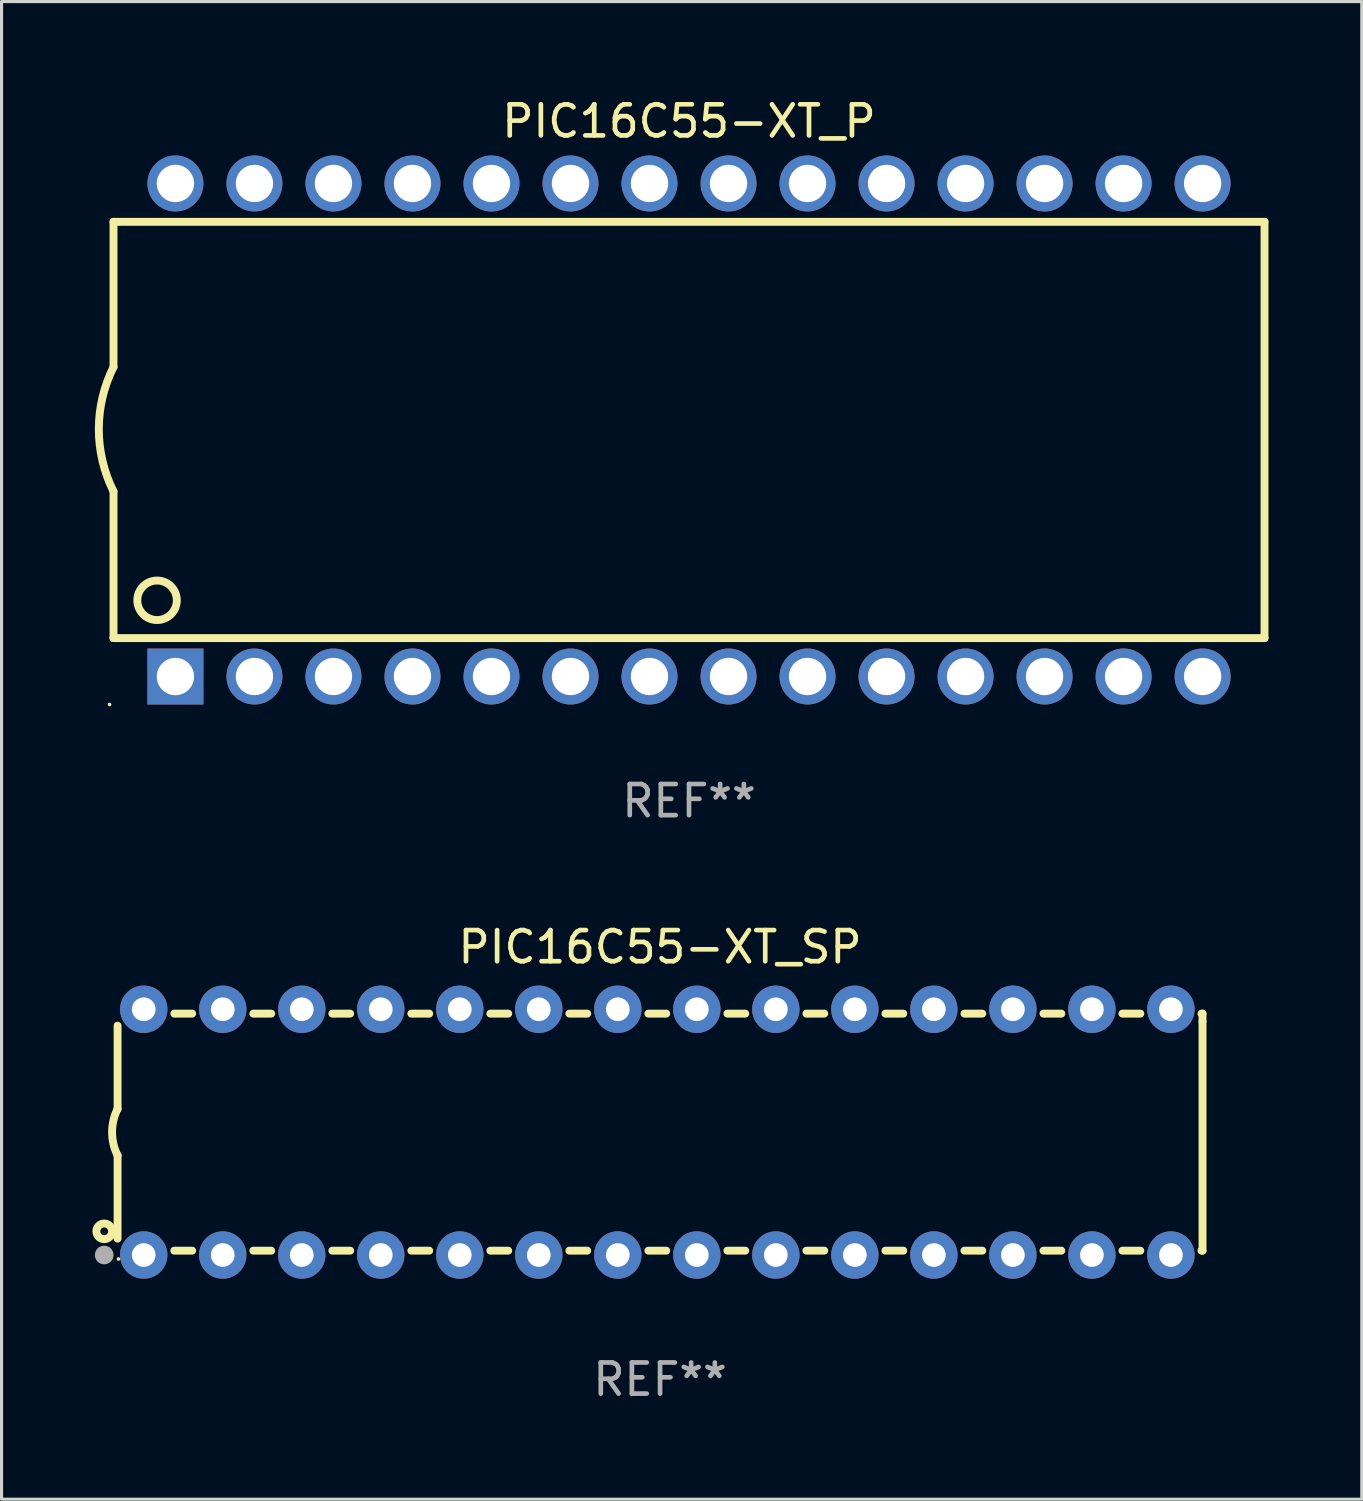
<source format=kicad_pcb>
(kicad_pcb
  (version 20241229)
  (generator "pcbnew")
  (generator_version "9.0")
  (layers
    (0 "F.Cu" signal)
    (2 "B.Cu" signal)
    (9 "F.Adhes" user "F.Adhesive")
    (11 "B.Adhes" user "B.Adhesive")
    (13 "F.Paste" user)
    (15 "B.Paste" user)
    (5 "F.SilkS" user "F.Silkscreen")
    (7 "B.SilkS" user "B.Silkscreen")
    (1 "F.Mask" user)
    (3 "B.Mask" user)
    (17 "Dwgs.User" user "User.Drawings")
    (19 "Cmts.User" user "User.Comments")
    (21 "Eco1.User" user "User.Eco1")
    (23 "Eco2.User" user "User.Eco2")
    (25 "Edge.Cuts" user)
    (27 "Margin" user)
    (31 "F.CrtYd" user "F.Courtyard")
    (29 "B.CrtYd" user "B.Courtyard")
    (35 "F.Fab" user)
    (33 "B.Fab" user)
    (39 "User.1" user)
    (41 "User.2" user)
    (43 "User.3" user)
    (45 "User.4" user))
  (footprint "PIC16C55-XT_SP"
    (layer "F.Cu")
    (at 18.168 33.344)
    (property "Reference" "PIC16C55-XT_SP" (at 0 -5.95 0) (layer "F.SilkS") (effects (font (size 1 1) (thickness 0.15))))
    (attr through_hole)
    (fp_line (start -17.438 0.75) (end -17.438 3.423) (stroke (width 0.254) (type solid)) (layer "F.SilkS"))
    (fp_line (start -17.438 -3.423) (end -17.438 -0.75) (stroke (width 0.254) (type solid)) (layer "F.SilkS"))
    (fp_line (start -15.615 3.81) (end -15.041 3.81) (stroke (width 0.254) (type solid)) (layer "F.SilkS"))
    (fp_line (start -15.041 -3.81) (end -15.614 -3.81) (stroke (width 0.254) (type solid)) (layer "F.SilkS"))
    (fp_line (start -13.075 3.81) (end -12.501 3.81) (stroke (width 0.254) (type solid)) (layer "F.SilkS"))
    (fp_line (start -12.501 -3.81) (end -13.074 -3.81) (stroke (width 0.254) (type solid)) (layer "F.SilkS"))
    (fp_line (start -10.535 3.81) (end -9.961 3.81) (stroke (width 0.254) (type solid)) (layer "F.SilkS"))
    (fp_line (start -9.961 -3.81) (end -10.534 -3.81) (stroke (width 0.254) (type solid)) (layer "F.SilkS"))
    (fp_line (start -7.995 3.81) (end -7.421 3.81) (stroke (width 0.254) (type solid)) (layer "F.SilkS"))
    (fp_line (start -7.421 -3.81) (end -7.995 -3.81) (stroke (width 0.254) (type solid)) (layer "F.SilkS"))
    (fp_line (start -5.455 3.81) (end -4.881 3.81) (stroke (width 0.254) (type solid)) (layer "F.SilkS"))
    (fp_line (start -4.881 -3.81) (end -5.455 -3.81) (stroke (width 0.254) (type solid)) (layer "F.SilkS"))
    (fp_line (start -2.915 3.81) (end -2.341 3.81) (stroke (width 0.254) (type solid)) (layer "F.SilkS"))
    (fp_line (start -2.341 -3.81) (end -2.915 -3.81) (stroke (width 0.254) (type solid)) (layer "F.SilkS"))
    (fp_line (start -0.375 3.81) (end 0.199 3.81) (stroke (width 0.254) (type solid)) (layer "F.SilkS"))
    (fp_line (start 0.199 -3.81) (end -0.375 -3.81) (stroke (width 0.254) (type solid)) (layer "F.SilkS"))
    (fp_line (start 2.165 3.81) (end 2.739 3.81) (stroke (width 0.254) (type solid)) (layer "F.SilkS"))
    (fp_line (start 2.739 -3.81) (end 2.165 -3.81) (stroke (width 0.254) (type solid)) (layer "F.SilkS"))
    (fp_line (start 4.705 3.81) (end 5.279 3.81) (stroke (width 0.254) (type solid)) (layer "F.SilkS"))
    (fp_line (start 5.279 -3.81) (end 4.705 -3.81) (stroke (width 0.254) (type solid)) (layer "F.SilkS"))
    (fp_line (start 7.245 3.81) (end 7.819 3.81) (stroke (width 0.254) (type solid)) (layer "F.SilkS"))
    (fp_line (start 7.819 -3.81) (end 7.245 -3.81) (stroke (width 0.254) (type solid)) (layer "F.SilkS"))
    (fp_line (start 9.785 3.81) (end 10.359 3.81) (stroke (width 0.254) (type solid)) (layer "F.SilkS"))
    (fp_line (start 10.359 -3.81) (end 9.785 -3.81) (stroke (width 0.254) (type solid)) (layer "F.SilkS"))
    (fp_line (start 12.325 3.81) (end 12.899 3.81) (stroke (width 0.254) (type solid)) (layer "F.SilkS"))
    (fp_line (start 12.899 -3.81) (end 12.325 -3.81) (stroke (width 0.254) (type solid)) (layer "F.SilkS"))
    (fp_line (start 14.865 3.81) (end 15.439 3.81) (stroke (width 0.254) (type solid)) (layer "F.SilkS"))
    (fp_line (start 15.439 -3.81) (end 14.865 -3.81) (stroke (width 0.254) (type solid)) (layer "F.SilkS"))
    (fp_line (start 17.405 3.81) (end 17.438 3.81) (stroke (width 0.254) (type solid)) (layer "F.SilkS"))
    (fp_line (start 17.438 -3.81) (end 17.405 -3.81) (stroke (width 0.254) (type solid)) (layer "F.SilkS"))
    (fp_line (start 17.438 -3.556) (end 17.438 -3.81) (stroke (width 0.254) (type solid)) (layer "F.SilkS"))
    (fp_line (start 17.438 3.81) (end 17.438 -3.556) (stroke (width 0.254) (type solid)) (layer "F.SilkS"))
    (fp_arc (start -17.437986 0.749657) (mid -17.614887 -0.000024) (end -17.437783 -0.749657) (stroke (width 0.254001) (type solid)) (layer "F.SilkS"))
    (fp_circle (center -17.868 3.188) (end -17.743 3.188) (stroke (width 0.254) (type solid)) (fill no) (layer "F.SilkS"))
    (fp_circle (center -17.411 4.077) (end -17.381 4.077) (stroke (width 0.06) (type solid)) (fill no) (layer "F.SilkS"))
    (fp_circle (center -17.868 3.95) (end -17.718 3.95) (stroke (width 0.3) (type solid)) (fill no) (layer "F.Fab"))
    (fp_text user "REF**" (at 0 7.95 0) (layer "F.Fab") (effects (font (size 1 1) (thickness 0.15))))
    (pad "1" thru_hole circle (at -16.598 3.95) (size 1.524 1.524) (drill 0.762) (layers "*.Cu" "*.Mask"))
    (pad "2" thru_hole circle (at -14.058 3.95) (size 1.524 1.524) (drill 0.762) (layers "*.Cu" "*.Mask"))
    (pad "3" thru_hole circle (at -11.518 3.95) (size 1.524 1.524) (drill 0.762) (layers "*.Cu" "*.Mask"))
    (pad "4" thru_hole circle (at -8.978 3.95) (size 1.524 1.524) (drill 0.762) (layers "*.Cu" "*.Mask"))
    (pad "5" thru_hole circle (at -6.438 3.95) (size 1.524 1.524) (drill 0.762) (layers "*.Cu" "*.Mask"))
    (pad "6" thru_hole circle (at -3.898 3.95) (size 1.524 1.524) (drill 0.762) (layers "*.Cu" "*.Mask"))
    (pad "7" thru_hole circle (at -1.358 3.95) (size 1.524 1.524) (drill 0.762) (layers "*.Cu" "*.Mask"))
    (pad "8" thru_hole circle (at 1.182 3.95) (size 1.524 1.524) (drill 0.762) (layers "*.Cu" "*.Mask"))
    (pad "9" thru_hole circle (at 3.722 3.95) (size 1.524 1.524) (drill 0.762) (layers "*.Cu" "*.Mask"))
    (pad "10" thru_hole circle (at 6.262 3.95) (size 1.524 1.524) (drill 0.762) (layers "*.Cu" "*.Mask"))
    (pad "11" thru_hole circle (at 8.802 3.95) (size 1.524 1.524) (drill 0.762) (layers "*.Cu" "*.Mask"))
    (pad "12" thru_hole circle (at 11.342 3.95) (size 1.524 1.524) (drill 0.762) (layers "*.Cu" "*.Mask"))
    (pad "13" thru_hole circle (at 13.882 3.95) (size 1.524 1.524) (drill 0.762) (layers "*.Cu" "*.Mask"))
    (pad "14" thru_hole circle (at 16.422 3.95) (size 1.524 1.524) (drill 0.762) (layers "*.Cu" "*.Mask"))
    (pad "15" thru_hole circle (at 16.422 -3.95) (size 1.524 1.524) (drill 0.762) (layers "*.Cu" "*.Mask"))
    (pad "16" thru_hole circle (at 13.882 -3.95) (size 1.524 1.524) (drill 0.762) (layers "*.Cu" "*.Mask"))
    (pad "17" thru_hole circle (at 11.342 -3.95) (size 1.524 1.524) (drill 0.762) (layers "*.Cu" "*.Mask"))
    (pad "18" thru_hole circle (at 8.802 -3.95) (size 1.524 1.524) (drill 0.762) (layers "*.Cu" "*.Mask"))
    (pad "19" thru_hole circle (at 6.262 -3.95) (size 1.524 1.524) (drill 0.762) (layers "*.Cu" "*.Mask"))
    (pad "20" thru_hole circle (at 3.722 -3.95) (size 1.524 1.524) (drill 0.762) (layers "*.Cu" "*.Mask"))
    (pad "21" thru_hole circle (at 1.182 -3.95) (size 1.524 1.524) (drill 0.762) (layers "*.Cu" "*.Mask"))
    (pad "22" thru_hole circle (at -1.358 -3.95) (size 1.524 1.524) (drill 0.762) (layers "*.Cu" "*.Mask"))
    (pad "23" thru_hole circle (at -3.898 -3.95) (size 1.524 1.524) (drill 0.762) (layers "*.Cu" "*.Mask"))
    (pad "24" thru_hole circle (at -6.438 -3.95) (size 1.524 1.524) (drill 0.762) (layers "*.Cu" "*.Mask"))
    (pad "25" thru_hole circle (at -8.978 -3.95) (size 1.524 1.524) (drill 0.762) (layers "*.Cu" "*.Mask"))
    (pad "26" thru_hole circle (at -11.517 -3.95) (size 1.524 1.524) (drill 0.762) (layers "*.Cu" "*.Mask"))
    (pad "27" thru_hole circle (at -14.057 -3.95) (size 1.524 1.524) (drill 0.762) (layers "*.Cu" "*.Mask"))
    (pad "28" thru_hole circle (at -16.597 -3.95) (size 1.524 1.524) (drill 0.762) (layers "*.Cu" "*.Mask")))
  (footprint "PIC16C55-XT_P"
    (layer "F.Cu")
    (at 19.099 10.773)
    (property "Reference" "PIC16C55-XT_P" (at 0 -9.925 0) (layer "F.SilkS") (effects (font (size 1 1) (thickness 0.15))))
    (attr through_hole)
    (fp_line (start -18.5 -6.692) (end -18.5 -2.026) (stroke (width 0.254) (type solid)) (layer "F.SilkS"))
    (fp_line (start -18.5 6.689) (end -18.5 1.974) (stroke (width 0.254) (type solid)) (layer "F.SilkS"))
    (fp_line (start -18.5 6.689) (end 18.5 6.689) (stroke (width 0.254) (type solid)) (layer "F.SilkS"))
    (fp_line (start 18.5 -6.692) (end -18.5 -6.692) (stroke (width 0.254) (type solid)) (layer "F.SilkS"))
    (fp_line (start 18.5 6.689) (end 18.5 -6.692) (stroke (width 0.254) (type solid)) (layer "F.SilkS"))
    (fp_arc (start -18.500051 1.974346) (mid -18.972187 -0.025654) (end -18.500051 -2.025654) (stroke (width 0.254001) (type solid)) (layer "F.SilkS"))
    (fp_circle (center -18.627 8.824) (end -18.597 8.824) (stroke (width 0.06) (type solid)) (fill no) (layer "F.SilkS"))
    (fp_circle (center -17.1 5.474) (end -16.465 5.474) (stroke (width 0.254) (type solid)) (fill no) (layer "F.SilkS"))
    (fp_text user "REF**" (at 0 11.925 0) (layer "F.Fab") (effects (font (size 1 1) (thickness 0.15))))
    (pad "1" thru_hole rect (at -16.51 7.925) (size 1.8 1.8) (drill 1.2) (layers "*.Cu" "*.Mask"))
    (pad "2" thru_hole circle (at -13.97 7.924) (size 1.8 1.8) (drill 1.2) (layers "*.Cu" "*.Mask"))
    (pad "3" thru_hole circle (at -11.43 7.924) (size 1.8 1.8) (drill 1.2) (layers "*.Cu" "*.Mask"))
    (pad "4" thru_hole circle (at -8.89 7.924) (size 1.8 1.8) (drill 1.2) (layers "*.Cu" "*.Mask"))
    (pad "5" thru_hole circle (at -6.35 7.924) (size 1.8 1.8) (drill 1.2) (layers "*.Cu" "*.Mask"))
    (pad "6" thru_hole circle (at -3.81 7.924) (size 1.8 1.8) (drill 1.2) (layers "*.Cu" "*.Mask"))
    (pad "7" thru_hole circle (at -1.27 7.924) (size 1.8 1.8) (drill 1.2) (layers "*.Cu" "*.Mask"))
    (pad "8" thru_hole circle (at 1.27 7.924) (size 1.8 1.8) (drill 1.2) (layers "*.Cu" "*.Mask"))
    (pad "9" thru_hole circle (at 3.81 7.924) (size 1.8 1.8) (drill 1.2) (layers "*.Cu" "*.Mask"))
    (pad "10" thru_hole circle (at 6.35 7.924) (size 1.8 1.8) (drill 1.2) (layers "*.Cu" "*.Mask"))
    (pad "11" thru_hole circle (at 8.89 7.924) (size 1.8 1.8) (drill 1.2) (layers "*.Cu" "*.Mask"))
    (pad "12" thru_hole circle (at 11.43 7.924) (size 1.8 1.8) (drill 1.2) (layers "*.Cu" "*.Mask"))
    (pad "13" thru_hole circle (at 13.97 7.924) (size 1.8 1.8) (drill 1.2) (layers "*.Cu" "*.Mask"))
    (pad "14" thru_hole circle (at 16.51 7.924) (size 1.8 1.8) (drill 1.2) (layers "*.Cu" "*.Mask"))
    (pad "15" thru_hole circle (at 16.51 -7.925) (size 1.8 1.8) (drill 1.2) (layers "*.Cu" "*.Mask"))
    (pad "16" thru_hole circle (at 13.97 -7.925) (size 1.8 1.8) (drill 1.2) (layers "*.Cu" "*.Mask"))
    (pad "17" thru_hole circle (at 11.43 -7.925) (size 1.8 1.8) (drill 1.2) (layers "*.Cu" "*.Mask"))
    (pad "18" thru_hole circle (at 8.89 -7.925) (size 1.8 1.8) (drill 1.2) (layers "*.Cu" "*.Mask"))
    (pad "19" thru_hole circle (at 6.35 -7.925) (size 1.8 1.8) (drill 1.2) (layers "*.Cu" "*.Mask"))
    (pad "20" thru_hole circle (at 3.81 -7.925) (size 1.8 1.8) (drill 1.2) (layers "*.Cu" "*.Mask"))
    (pad "21" thru_hole circle (at 1.27 -7.925) (size 1.8 1.8) (drill 1.2) (layers "*.Cu" "*.Mask"))
    (pad "22" thru_hole circle (at -1.27 -7.925) (size 1.8 1.8) (drill 1.2) (layers "*.Cu" "*.Mask"))
    (pad "23" thru_hole circle (at -3.81 -7.925) (size 1.8 1.8) (drill 1.2) (layers "*.Cu" "*.Mask"))
    (pad "24" thru_hole circle (at -6.35 -7.925) (size 1.8 1.8) (drill 1.2) (layers "*.Cu" "*.Mask"))
    (pad "25" thru_hole circle (at -8.89 -7.925) (size 1.8 1.8) (drill 1.2) (layers "*.Cu" "*.Mask"))
    (pad "26" thru_hole circle (at -11.43 -7.925) (size 1.8 1.8) (drill 1.2) (layers "*.Cu" "*.Mask"))
    (pad "27" thru_hole circle (at -13.97 -7.925) (size 1.8 1.8) (drill 1.2) (layers "*.Cu" "*.Mask"))
    (pad "28" thru_hole circle (at -16.51 -7.925) (size 1.8 1.8) (drill 1.2) (layers "*.Cu" "*.Mask")))
  (gr_rect
    (start -3 -3)
    (end 40.726 45.143)
    (stroke (width 0.1) (type default))
    (fill no)
    (layer "Edge.Cuts")))
</source>
